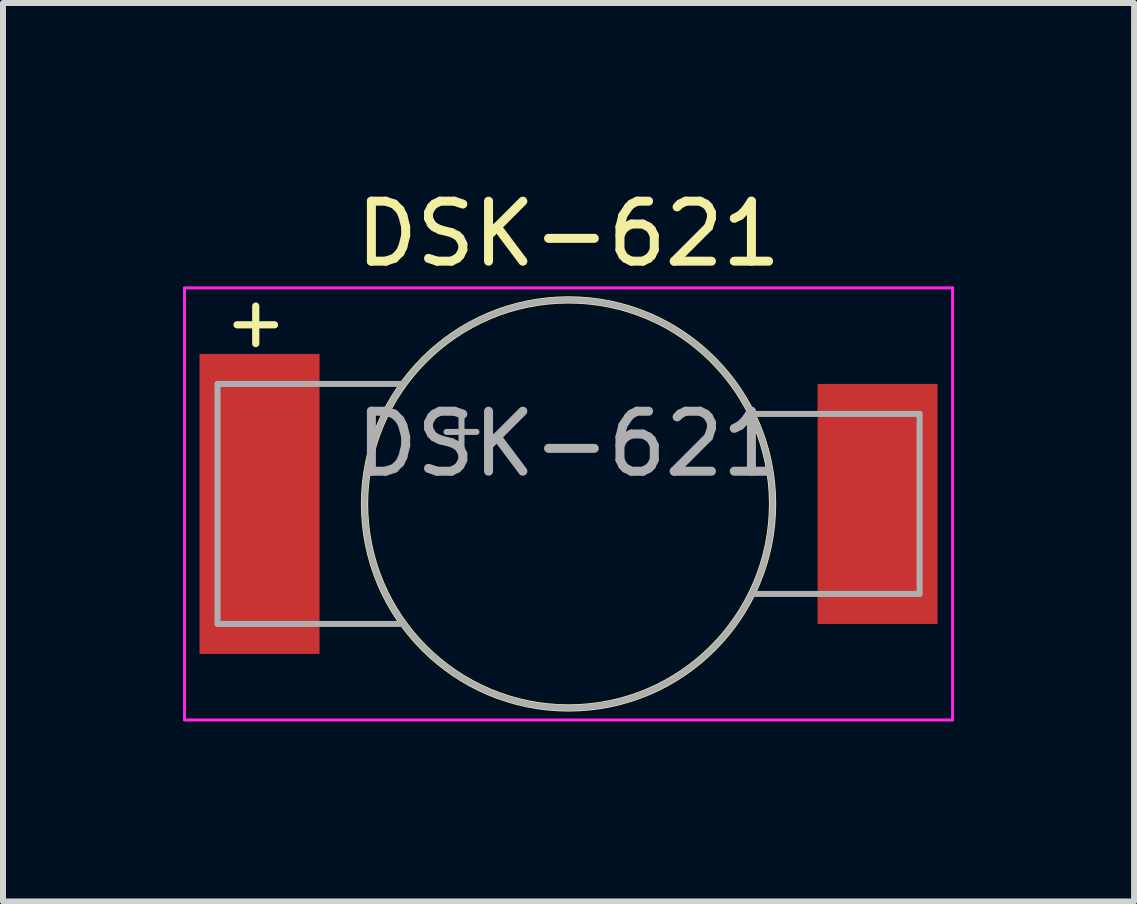
<source format=kicad_pcb>
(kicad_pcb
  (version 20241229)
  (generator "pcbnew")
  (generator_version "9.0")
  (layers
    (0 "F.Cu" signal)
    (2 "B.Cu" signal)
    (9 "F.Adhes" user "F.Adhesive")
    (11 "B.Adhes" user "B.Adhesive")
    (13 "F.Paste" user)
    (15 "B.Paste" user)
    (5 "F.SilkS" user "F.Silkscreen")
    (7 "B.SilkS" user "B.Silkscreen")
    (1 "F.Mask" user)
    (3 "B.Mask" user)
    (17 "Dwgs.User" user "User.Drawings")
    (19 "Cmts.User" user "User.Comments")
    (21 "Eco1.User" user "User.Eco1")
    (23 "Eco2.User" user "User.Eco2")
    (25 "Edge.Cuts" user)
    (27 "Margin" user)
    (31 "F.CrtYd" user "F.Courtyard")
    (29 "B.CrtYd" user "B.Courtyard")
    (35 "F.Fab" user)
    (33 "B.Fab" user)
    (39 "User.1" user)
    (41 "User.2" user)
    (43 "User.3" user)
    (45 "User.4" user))
  (footprint "DSK-621"
    (layer "F.Cu")
    (at 6.425 5.348)
    (property "Reference" "DSK-621" (at 0 -4.5 0) (layer "F.SilkS") (effects (font (size 1 1) (thickness 0.15))))
    (attr smd)
    (fp_line (start -5.525 -2.985) (end -4.9 -2.985) (stroke (width 0.12) (type solid)) (layer "F.SilkS"))
    (fp_line (start -5.213 -3.297) (end -5.213 -2.672) (stroke (width 0.12) (type solid)) (layer "F.SilkS"))
    (fp_circle (center 0 0) (end 3.4 0) (stroke (width 0.12) (type solid)) (fill no) (layer "F.SilkS"))
    (fp_line (start -6.4 -3.6) (end -6.4 3.6) (stroke (width 0.05) (type solid)) (layer "F.CrtYd"))
    (fp_line (start -6.4 3.6) (end 6.4 3.6) (stroke (width 0.05) (type solid)) (layer "F.CrtYd"))
    (fp_line (start 6.4 -3.6) (end -6.4 -3.6) (stroke (width 0.05) (type solid)) (layer "F.CrtYd"))
    (fp_line (start 6.4 -3.6) (end 6.4 3.6) (stroke (width 0.05) (type solid)) (layer "F.CrtYd"))
    (fp_line (start -5.85 -2) (end -5.85 2) (stroke (width 0.1) (type solid)) (layer "F.Fab"))
    (fp_line (start -5.85 -2) (end -2.8 -2) (stroke (width 0.1) (type solid)) (layer "F.Fab"))
    (fp_line (start -5.85 2) (end -2.8 2) (stroke (width 0.1) (type solid)) (layer "F.Fab"))
    (fp_line (start -2.034 -1.2) (end -1.534 -1.2) (stroke (width 0.1) (type solid)) (layer "F.Fab"))
    (fp_line (start -1.784 -1.45) (end -1.784 -0.95) (stroke (width 0.1) (type solid)) (layer "F.Fab"))
    (fp_line (start 3.1 -1.5) (end 5.85 -1.5) (stroke (width 0.1) (type solid)) (layer "F.Fab"))
    (fp_line (start 3.1 1.5) (end 5.85 1.5) (stroke (width 0.1) (type solid)) (layer "F.Fab"))
    (fp_line (start 5.85 -1.5) (end 5.85 1.5) (stroke (width 0.1) (type solid)) (layer "F.Fab"))
    (fp_circle (center 0 0) (end 3.4 0) (stroke (width 0.1) (type solid)) (fill no) (layer "F.Fab"))
    (fp_text user "${REFERENCE}" (at 0 -1 0) (layer "F.Fab") (effects (font (size 1 1) (thickness 0.15))))
    (pad "1" smd rect (at -5.15 0) (size 2 5) (layers "F.Cu" "F.Mask" "F.Paste"))
    (pad "2" smd rect (at 5.15 0) (size 2 4) (layers "F.Cu" "F.Mask" "F.Paste")))
  (gr_rect
    (start -3 -3)
    (end 15.85 11.973)
    (stroke (width 0.1) (type default))
    (fill no)
    (layer "Edge.Cuts")))
</source>
